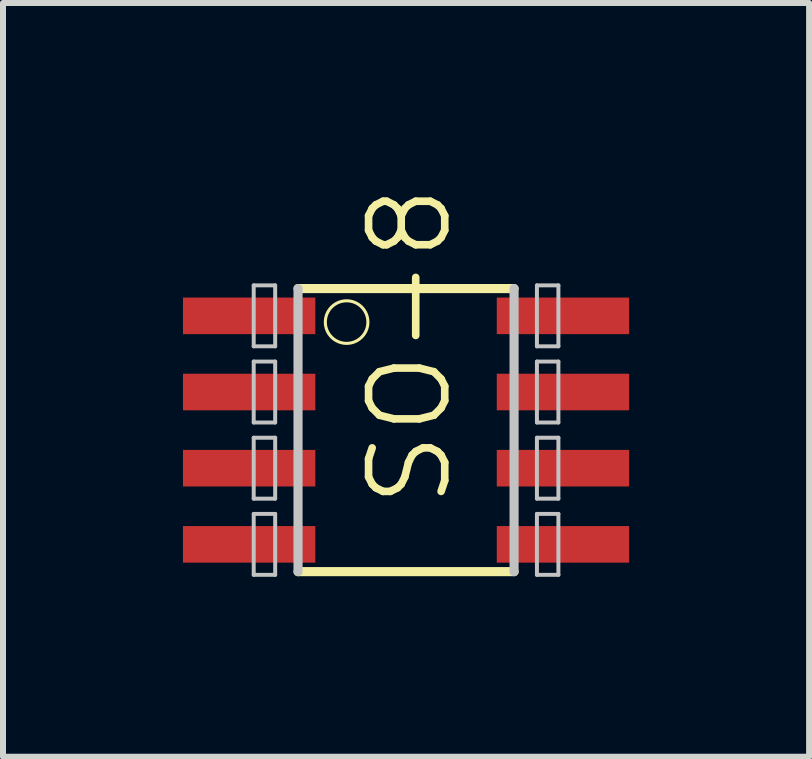
<source format=kicad_pcb>
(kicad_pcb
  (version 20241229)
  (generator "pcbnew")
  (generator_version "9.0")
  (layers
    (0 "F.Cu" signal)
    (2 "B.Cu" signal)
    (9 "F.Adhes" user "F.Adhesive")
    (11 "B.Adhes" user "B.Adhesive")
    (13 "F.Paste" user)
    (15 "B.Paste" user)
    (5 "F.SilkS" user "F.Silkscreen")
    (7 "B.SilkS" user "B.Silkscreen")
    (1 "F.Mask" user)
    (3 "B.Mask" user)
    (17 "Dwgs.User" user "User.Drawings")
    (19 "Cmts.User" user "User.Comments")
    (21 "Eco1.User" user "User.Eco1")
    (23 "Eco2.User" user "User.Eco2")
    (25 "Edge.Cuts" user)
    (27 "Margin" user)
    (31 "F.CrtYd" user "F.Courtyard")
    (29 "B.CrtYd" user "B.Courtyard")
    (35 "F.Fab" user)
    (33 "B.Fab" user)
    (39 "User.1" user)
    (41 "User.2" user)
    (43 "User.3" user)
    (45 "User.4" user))
  (footprint "SO-8"
    (layer "F.Cu")
    (at 3.72 4.121)
    (property "Reference" "SO-8" (at 0.064 -1.397 90) (layer "F.SilkS") (effects (font (size 1.27 1.27) (thickness 0.127))))
    (attr smd)
    (fp_line (start -1.801 2.36) (end 1.801 2.36) (stroke (width 0.152) (type solid)) (layer "F.SilkS"))
    (fp_line (start 1.801 -2.36) (end -1.801 -2.36) (stroke (width 0.152) (type solid)) (layer "F.SilkS"))
    (fp_circle (center -0.991 -1.801) (end -0.991 -2.156) (stroke (width 0.051) (type solid)) (fill no) (layer "F.SilkS"))
    (fp_line (start -2.54 -2.413) (end -2.182 -2.413) (stroke (width 0.066) (type solid)) (layer "Dwgs.User"))
    (fp_line (start -2.54 -1.397) (end -2.54 -2.413) (stroke (width 0.066) (type solid)) (layer "Dwgs.User"))
    (fp_line (start -2.54 -1.397) (end -2.182 -1.397) (stroke (width 0.066) (type solid)) (layer "Dwgs.User"))
    (fp_line (start -2.54 -1.143) (end -2.182 -1.143) (stroke (width 0.066) (type solid)) (layer "Dwgs.User"))
    (fp_line (start -2.54 -0.127) (end -2.54 -1.143) (stroke (width 0.066) (type solid)) (layer "Dwgs.User"))
    (fp_line (start -2.54 -0.127) (end -2.182 -0.127) (stroke (width 0.066) (type solid)) (layer "Dwgs.User"))
    (fp_line (start -2.54 0.127) (end -2.182 0.127) (stroke (width 0.066) (type solid)) (layer "Dwgs.User"))
    (fp_line (start -2.54 1.143) (end -2.54 0.127) (stroke (width 0.066) (type solid)) (layer "Dwgs.User"))
    (fp_line (start -2.54 1.143) (end -2.182 1.143) (stroke (width 0.066) (type solid)) (layer "Dwgs.User"))
    (fp_line (start -2.54 1.397) (end -2.182 1.397) (stroke (width 0.066) (type solid)) (layer "Dwgs.User"))
    (fp_line (start -2.54 2.413) (end -2.54 1.397) (stroke (width 0.066) (type solid)) (layer "Dwgs.User"))
    (fp_line (start -2.54 2.413) (end -2.182 2.413) (stroke (width 0.066) (type solid)) (layer "Dwgs.User"))
    (fp_line (start -2.182 -1.397) (end -2.182 -2.413) (stroke (width 0.066) (type solid)) (layer "Dwgs.User"))
    (fp_line (start -2.182 -0.127) (end -2.182 -1.143) (stroke (width 0.066) (type solid)) (layer "Dwgs.User"))
    (fp_line (start -2.182 1.143) (end -2.182 0.127) (stroke (width 0.066) (type solid)) (layer "Dwgs.User"))
    (fp_line (start -2.182 2.413) (end -2.182 1.397) (stroke (width 0.066) (type solid)) (layer "Dwgs.User"))
    (fp_line (start -1.801 -2.36) (end -1.801 2.36) (stroke (width 0.152) (type solid)) (layer "Dwgs.User"))
    (fp_line (start 1.801 2.36) (end 1.801 -2.36) (stroke (width 0.152) (type solid)) (layer "Dwgs.User"))
    (fp_line (start 2.182 -2.413) (end 2.54 -2.413) (stroke (width 0.066) (type solid)) (layer "Dwgs.User"))
    (fp_line (start 2.182 -1.397) (end 2.182 -2.413) (stroke (width 0.066) (type solid)) (layer "Dwgs.User"))
    (fp_line (start 2.182 -1.397) (end 2.54 -1.397) (stroke (width 0.066) (type solid)) (layer "Dwgs.User"))
    (fp_line (start 2.182 -1.143) (end 2.54 -1.143) (stroke (width 0.066) (type solid)) (layer "Dwgs.User"))
    (fp_line (start 2.182 -0.127) (end 2.182 -1.143) (stroke (width 0.066) (type solid)) (layer "Dwgs.User"))
    (fp_line (start 2.182 -0.127) (end 2.54 -0.127) (stroke (width 0.066) (type solid)) (layer "Dwgs.User"))
    (fp_line (start 2.182 0.127) (end 2.54 0.127) (stroke (width 0.066) (type solid)) (layer "Dwgs.User"))
    (fp_line (start 2.182 1.143) (end 2.182 0.127) (stroke (width 0.066) (type solid)) (layer "Dwgs.User"))
    (fp_line (start 2.182 1.143) (end 2.54 1.143) (stroke (width 0.066) (type solid)) (layer "Dwgs.User"))
    (fp_line (start 2.182 1.397) (end 2.54 1.397) (stroke (width 0.066) (type solid)) (layer "Dwgs.User"))
    (fp_line (start 2.182 2.413) (end 2.182 1.397) (stroke (width 0.066) (type solid)) (layer "Dwgs.User"))
    (fp_line (start 2.182 2.413) (end 2.54 2.413) (stroke (width 0.066) (type solid)) (layer "Dwgs.User"))
    (fp_line (start 2.54 -1.397) (end 2.54 -2.413) (stroke (width 0.066) (type solid)) (layer "Dwgs.User"))
    (fp_line (start 2.54 -0.127) (end 2.54 -1.143) (stroke (width 0.066) (type solid)) (layer "Dwgs.User"))
    (fp_line (start 2.54 1.143) (end 2.54 0.127) (stroke (width 0.066) (type solid)) (layer "Dwgs.User"))
    (fp_line (start 2.54 2.413) (end 2.54 1.397) (stroke (width 0.066) (type solid)) (layer "Dwgs.User"))
    (pad "1" smd rect (at -2.616 -1.905 270) (size 0.61 2.207) (layers "F.Cu" "F.Mask" "F.Paste"))
    (pad "2" smd rect (at -2.616 -0.635 270) (size 0.61 2.207) (layers "F.Cu" "F.Mask" "F.Paste"))
    (pad "3" smd rect (at -2.616 0.635 270) (size 0.61 2.207) (layers "F.Cu" "F.Mask" "F.Paste"))
    (pad "4" smd rect (at -2.616 1.905 270) (size 0.61 2.207) (layers "F.Cu" "F.Mask" "F.Paste"))
    (pad "5" smd rect (at 2.616 1.905 270) (size 0.61 2.207) (layers "F.Cu" "F.Mask" "F.Paste"))
    (pad "6" smd rect (at 2.616 0.635 270) (size 0.61 2.207) (layers "F.Cu" "F.Mask" "F.Paste"))
    (pad "7" smd rect (at 2.616 -0.635 270) (size 0.61 2.207) (layers "F.Cu" "F.Mask" "F.Paste"))
    (pad "8" smd rect (at 2.616 -1.905 270) (size 0.61 2.207) (layers "F.Cu" "F.Mask" "F.Paste")))
  (gr_rect
    (start -3 -3)
    (end 10.44 9.567)
    (stroke (width 0.1) (type default))
    (fill no)
    (layer "Edge.Cuts")))
</source>
